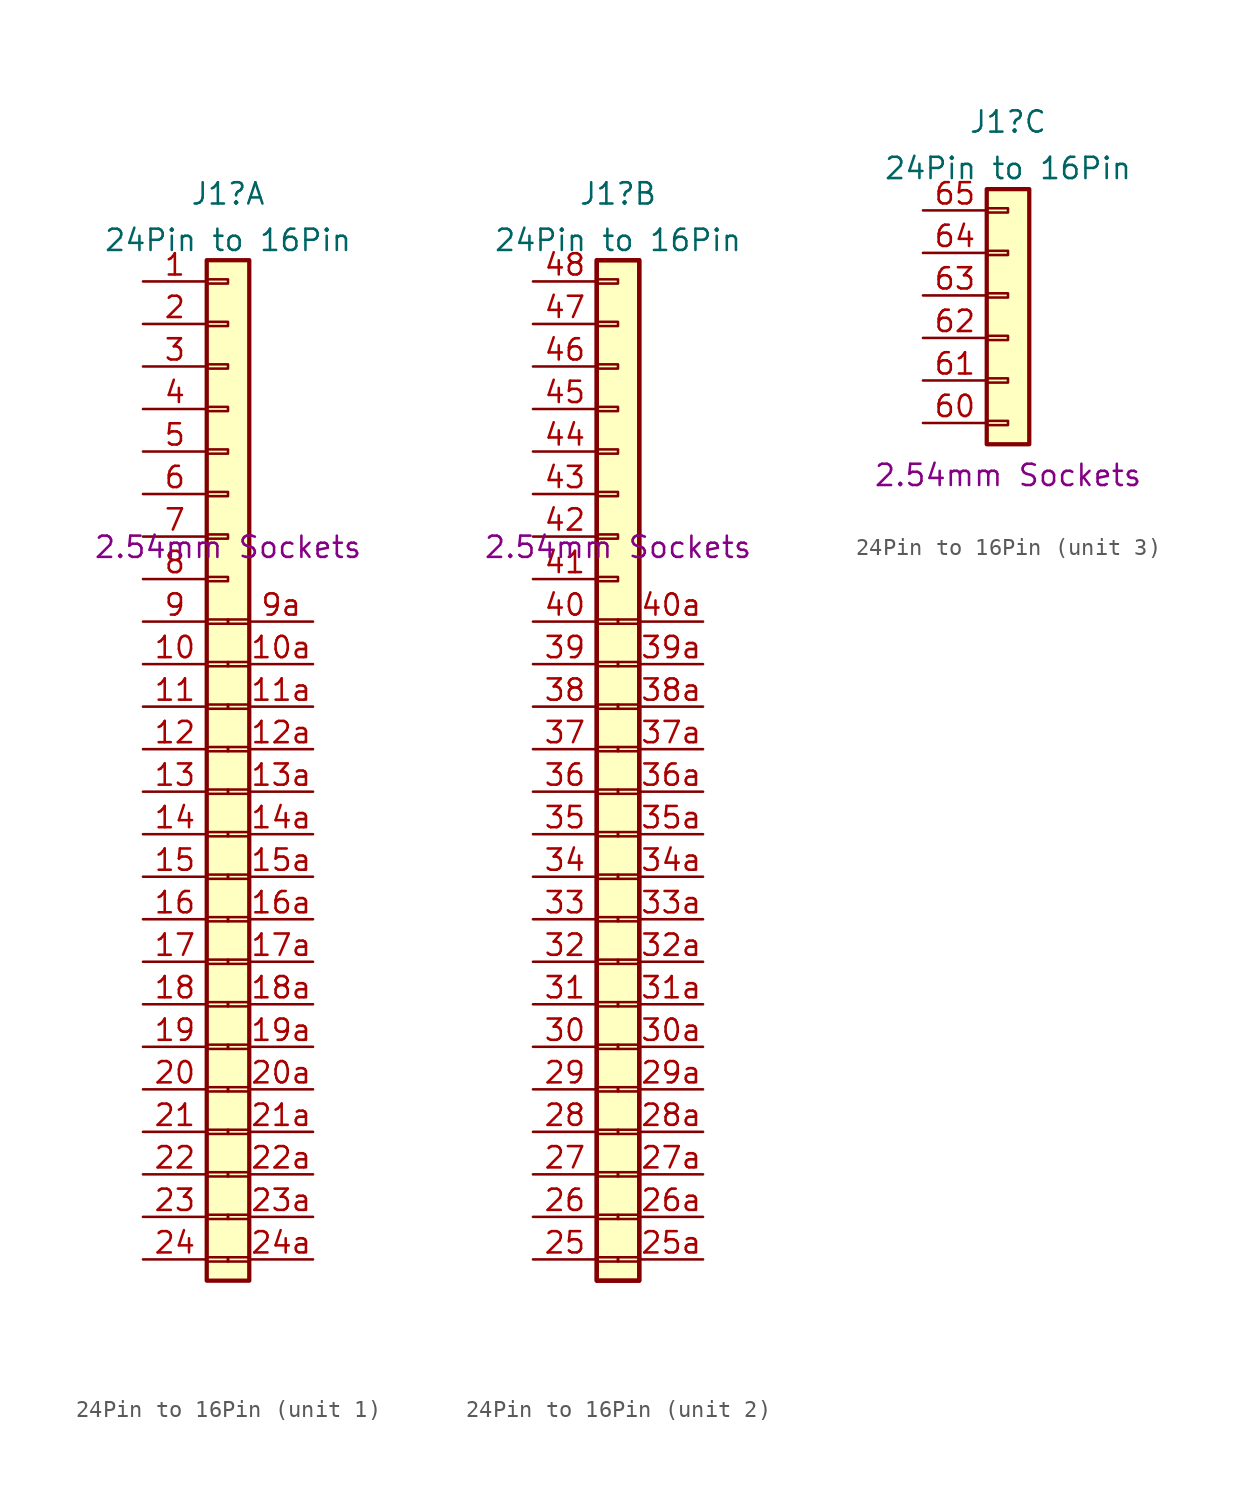
<source format=kicad_sym>
(kicad_symbol_lib
  (version 20211014)
  (generator kicad_symbol_editor)
  (symbol "24Pin to 16Pin"
    (property "Reference" "J1"
      (at 0 3.966 0)
      (effects (font (size 1.27 1.27))))
    (property "Value" "24Pin to 16Pin"
      (at 0 1.191 0)
      (effects (font (size 1.27 1.27))))
    (property "Inner Header Types" "2.54mm Sockets"
      (at 0 -17.145 0)
      (effects (font (size 1.27 1.27))))
    (property "ki_locked" ""
      (at 0 0 0)
      (effects (font (size 1.27 1.27))))
    (symbol "24Pin to 16Pin_1_1"
      (rectangle (start -1.27 -59.563) (end 0 -59.817) (stroke (width 0.152) (type default) (color 0 0 0 0)) (fill (type none)))
      (rectangle (start -1.27 -57.023) (end 0 -57.277) (stroke (width 0.152) (type default) (color 0 0 0 0)) (fill (type none)))
      (rectangle (start -1.27 -54.483) (end 0 -54.737) (stroke (width 0.152) (type default) (color 0 0 0 0)) (fill (type none)))
      (rectangle (start -1.27 -51.943) (end 0 -52.197) (stroke (width 0.152) (type default) (color 0 0 0 0)) (fill (type none)))
      (rectangle (start -1.27 -49.403) (end 0 -49.657) (stroke (width 0.152) (type default) (color 0 0 0 0)) (fill (type none)))
      (rectangle (start -1.27 -46.863) (end 0 -47.117) (stroke (width 0.152) (type default) (color 0 0 0 0)) (fill (type none)))
      (rectangle (start -1.27 -44.323) (end 0 -44.577) (stroke (width 0.152) (type default) (color 0 0 0 0)) (fill (type none)))
      (rectangle (start -1.27 -41.783) (end 0 -42.037) (stroke (width 0.152) (type default) (color 0 0 0 0)) (fill (type none)))
      (rectangle (start -1.27 -39.243) (end 0 -39.497) (stroke (width 0.152) (type default) (color 0 0 0 0)) (fill (type none)))
      (rectangle (start -1.27 -36.703) (end 0 -36.957) (stroke (width 0.152) (type default) (color 0 0 0 0)) (fill (type none)))
      (rectangle (start -1.27 -34.163) (end 0 -34.417) (stroke (width 0.152) (type default) (color 0 0 0 0)) (fill (type none)))
      (rectangle (start -1.27 -31.623) (end 0 -31.877) (stroke (width 0.152) (type default) (color 0 0 0 0)) (fill (type none)))
      (rectangle (start -1.27 -29.083) (end 0 -29.337) (stroke (width 0.152) (type default) (color 0 0 0 0)) (fill (type none)))
      (rectangle (start -1.27 -26.543) (end 0 -26.797) (stroke (width 0.152) (type default) (color 0 0 0 0)) (fill (type none)))
      (rectangle (start -1.27 -24.003) (end 0 -24.257) (stroke (width 0.152) (type default) (color 0 0 0 0)) (fill (type none)))
      (rectangle (start -1.27 -21.463) (end 0 -21.717) (stroke (width 0.152) (type default) (color 0 0 0 0)) (fill (type none)))
      (rectangle (start -1.27 -18.923) (end 0 -19.177) (stroke (width 0.152) (type default) (color 0 0 0 0)) (fill (type none)))
      (rectangle (start -1.27 -16.383) (end 0 -16.637) (stroke (width 0.152) (type default) (color 0 0 0 0)) (fill (type none)))
      (rectangle (start -1.27 -13.843) (end 0 -14.097) (stroke (width 0.152) (type default) (color 0 0 0 0)) (fill (type none)))
      (rectangle (start -1.27 -11.303) (end 0 -11.557) (stroke (width 0.152) (type default) (color 0 0 0 0)) (fill (type none)))
      (rectangle (start -1.27 -8.763) (end 0 -9.017) (stroke (width 0.152) (type default) (color 0 0 0 0)) (fill (type none)))
      (rectangle (start -1.27 -6.223) (end 0 -6.477) (stroke (width 0.152) (type default) (color 0 0 0 0)) (fill (type none)))
      (rectangle (start -1.27 -3.683) (end 0 -3.937) (stroke (width 0.152) (type default) (color 0 0 0 0)) (fill (type none)))
      (rectangle (start -1.27 -1.143) (end 0 -1.397) (stroke (width 0.152) (type default) (color 0 0 0 0)) (fill (type none)))
      (rectangle (start -1.27 0) (end 1.27 -60.96) (stroke (width 0.254) (type default) (color 0 0 0 0)) (fill (type background)))
      (rectangle (start 0 -59.817) (end 1.27 -59.563) (stroke (width 0.152) (type default) (color 0 0 0 0)) (fill (type none)))
      (rectangle (start 0 -57.277) (end 1.27 -57.023) (stroke (width 0.152) (type default) (color 0 0 0 0)) (fill (type none)))
      (rectangle (start 0 -54.737) (end 1.27 -54.483) (stroke (width 0.152) (type default) (color 0 0 0 0)) (fill (type none)))
      (rectangle (start 0 -52.197) (end 1.27 -51.943) (stroke (width 0.152) (type default) (color 0 0 0 0)) (fill (type none)))
      (rectangle (start 0 -49.657) (end 1.27 -49.403) (stroke (width 0.152) (type default) (color 0 0 0 0)) (fill (type none)))
      (rectangle (start 0 -47.117) (end 1.27 -46.863) (stroke (width 0.152) (type default) (color 0 0 0 0)) (fill (type none)))
      (rectangle (start 0 -44.577) (end 1.27 -44.323) (stroke (width 0.152) (type default) (color 0 0 0 0)) (fill (type none)))
      (rectangle (start 0 -42.037) (end 1.27 -41.783) (stroke (width 0.152) (type default) (color 0 0 0 0)) (fill (type none)))
      (rectangle (start 0 -39.497) (end 1.27 -39.243) (stroke (width 0.152) (type default) (color 0 0 0 0)) (fill (type none)))
      (rectangle (start 0 -36.957) (end 1.27 -36.703) (stroke (width 0.152) (type default) (color 0 0 0 0)) (fill (type none)))
      (rectangle (start 0 -34.417) (end 1.27 -34.163) (stroke (width 0.152) (type default) (color 0 0 0 0)) (fill (type none)))
      (rectangle (start 0 -31.877) (end 1.27 -31.623) (stroke (width 0.152) (type default) (color 0 0 0 0)) (fill (type none)))
      (rectangle (start 0 -29.337) (end 1.27 -29.083) (stroke (width 0.152) (type default) (color 0 0 0 0)) (fill (type none)))
      (rectangle (start 0 -26.797) (end 1.27 -26.543) (stroke (width 0.152) (type default) (color 0 0 0 0)) (fill (type none)))
      (rectangle (start 0 -24.257) (end 1.27 -24.003) (stroke (width 0.152) (type default) (color 0 0 0 0)) (fill (type none)))
      (rectangle (start 0 -21.717) (end 1.27 -21.463) (stroke (width 0.152) (type default) (color 0 0 0 0)) (fill (type none)))
      (pin passive line (at -5.08 -1.27 0) (length 3.81) (name "" (effects (font (size 1.27 1.27)))) (number "1" (effects (font (size 1.27 1.27)))))
      (pin passive line (at -5.08 -24.13 0) (length 3.81) (name "" (effects (font (size 1.27 1.27)))) (number "10" (effects (font (size 1.27 1.27)))))
      (pin passive line (at 5.08 -24.13 180) (length 3.81) (name "" (effects (font (size 1.27 1.27)))) (number "10a" (effects (font (size 1.27 1.27)))))
      (pin passive line (at -5.08 -26.67 0) (length 3.81) (name "" (effects (font (size 1.27 1.27)))) (number "11" (effects (font (size 1.27 1.27)))))
      (pin passive line (at 5.08 -26.67 180) (length 3.81) (name "" (effects (font (size 1.27 1.27)))) (number "11a" (effects (font (size 1.27 1.27)))))
      (pin passive line (at -5.08 -29.21 0) (length 3.81) (name "" (effects (font (size 1.27 1.27)))) (number "12" (effects (font (size 1.27 1.27)))))
      (pin passive line (at 5.08 -29.21 180) (length 3.81) (name "" (effects (font (size 1.27 1.27)))) (number "12a" (effects (font (size 1.27 1.27)))))
      (pin passive line (at -5.08 -31.75 0) (length 3.81) (name "" (effects (font (size 1.27 1.27)))) (number "13" (effects (font (size 1.27 1.27)))))
      (pin passive line (at 5.08 -31.75 180) (length 3.81) (name "" (effects (font (size 1.27 1.27)))) (number "13a" (effects (font (size 1.27 1.27)))))
      (pin passive line (at -5.08 -34.29 0) (length 3.81) (name "" (effects (font (size 1.27 1.27)))) (number "14" (effects (font (size 1.27 1.27)))))
      (pin passive line (at 5.08 -34.29 180) (length 3.81) (name "" (effects (font (size 1.27 1.27)))) (number "14a" (effects (font (size 1.27 1.27)))))
      (pin passive line (at -5.08 -36.83 0) (length 3.81) (name "" (effects (font (size 1.27 1.27)))) (number "15" (effects (font (size 1.27 1.27)))))
      (pin passive line (at 5.08 -36.83 180) (length 3.81) (name "" (effects (font (size 1.27 1.27)))) (number "15a" (effects (font (size 1.27 1.27)))))
      (pin passive line (at -5.08 -39.37 0) (length 3.81) (name "" (effects (font (size 1.27 1.27)))) (number "16" (effects (font (size 1.27 1.27)))))
      (pin passive line (at 5.08 -39.37 180) (length 3.81) (name "" (effects (font (size 1.27 1.27)))) (number "16a" (effects (font (size 1.27 1.27)))))
      (pin passive line (at -5.08 -41.91 0) (length 3.81) (name "" (effects (font (size 1.27 1.27)))) (number "17" (effects (font (size 1.27 1.27)))))
      (pin passive line (at 5.08 -41.91 180) (length 3.81) (name "" (effects (font (size 1.27 1.27)))) (number "17a" (effects (font (size 1.27 1.27)))))
      (pin passive line (at -5.08 -44.45 0) (length 3.81) (name "" (effects (font (size 1.27 1.27)))) (number "18" (effects (font (size 1.27 1.27)))))
      (pin passive line (at 5.08 -44.45 180) (length 3.81) (name "" (effects (font (size 1.27 1.27)))) (number "18a" (effects (font (size 1.27 1.27)))))
      (pin passive line (at -5.08 -46.99 0) (length 3.81) (name "" (effects (font (size 1.27 1.27)))) (number "19" (effects (font (size 1.27 1.27)))))
      (pin passive line (at 5.08 -46.99 180) (length 3.81) (name "" (effects (font (size 1.27 1.27)))) (number "19a" (effects (font (size 1.27 1.27)))))
      (pin passive line (at -5.08 -3.81 0) (length 3.81) (name "" (effects (font (size 1.27 1.27)))) (number "2" (effects (font (size 1.27 1.27)))))
      (pin passive line (at -5.08 -49.53 0) (length 3.81) (name "" (effects (font (size 1.27 1.27)))) (number "20" (effects (font (size 1.27 1.27)))))
      (pin passive line (at 5.08 -49.53 180) (length 3.81) (name "" (effects (font (size 1.27 1.27)))) (number "20a" (effects (font (size 1.27 1.27)))))
      (pin passive line (at -5.08 -52.07 0) (length 3.81) (name "" (effects (font (size 1.27 1.27)))) (number "21" (effects (font (size 1.27 1.27)))))
      (pin passive line (at 5.08 -52.07 180) (length 3.81) (name "" (effects (font (size 1.27 1.27)))) (number "21a" (effects (font (size 1.27 1.27)))))
      (pin passive line (at -5.08 -54.61 0) (length 3.81) (name "" (effects (font (size 1.27 1.27)))) (number "22" (effects (font (size 1.27 1.27)))))
      (pin passive line (at 5.08 -54.61 180) (length 3.81) (name "" (effects (font (size 1.27 1.27)))) (number "22a" (effects (font (size 1.27 1.27)))))
      (pin passive line (at -5.08 -57.15 0) (length 3.81) (name "" (effects (font (size 1.27 1.27)))) (number "23" (effects (font (size 1.27 1.27)))))
      (pin passive line (at 5.08 -57.15 180) (length 3.81) (name "" (effects (font (size 1.27 1.27)))) (number "23a" (effects (font (size 1.27 1.27)))))
      (pin passive line (at -5.08 -59.69 0) (length 3.81) (name "" (effects (font (size 1.27 1.27)))) (number "24" (effects (font (size 1.27 1.27)))))
      (pin passive line (at 5.08 -59.69 180) (length 3.81) (name "" (effects (font (size 1.27 1.27)))) (number "24a" (effects (font (size 1.27 1.27)))))
      (pin passive line (at -5.08 -6.35 0) (length 3.81) (name "" (effects (font (size 1.27 1.27)))) (number "3" (effects (font (size 1.27 1.27)))))
      (pin passive line (at -5.08 -8.89 0) (length 3.81) (name "" (effects (font (size 1.27 1.27)))) (number "4" (effects (font (size 1.27 1.27)))))
      (pin passive line (at -5.08 -11.43 0) (length 3.81) (name "" (effects (font (size 1.27 1.27)))) (number "5" (effects (font (size 1.27 1.27)))))
      (pin passive line (at -5.08 -13.97 0) (length 3.81) (name "" (effects (font (size 1.27 1.27)))) (number "6" (effects (font (size 1.27 1.27)))))
      (pin passive line (at -5.08 -16.51 0) (length 3.81) (name "" (effects (font (size 1.27 1.27)))) (number "7" (effects (font (size 1.27 1.27)))))
      (pin passive line (at -5.08 -19.05 0) (length 3.81) (name "" (effects (font (size 1.27 1.27)))) (number "8" (effects (font (size 1.27 1.27)))))
      (pin passive line (at -5.08 -21.59 0) (length 3.81) (name "" (effects (font (size 1.27 1.27)))) (number "9" (effects (font (size 1.27 1.27)))))
      (pin passive line (at 5.08 -21.59 180) (length 3.81) (name "" (effects (font (size 1.27 1.27)))) (number "9a" (effects (font (size 1.27 1.27))))))
    (symbol "24Pin to 16Pin_2_1"
      (rectangle (start -1.27 -60.96) (end 1.27 0) (stroke (width 0.254) (type default) (color 0 0 0 0)) (fill (type background)))
      (rectangle (start -1.27 -59.563) (end 0 -59.817) (stroke (width 0.152) (type default) (color 0 0 0 0)) (fill (type none)))
      (rectangle (start -1.27 -57.023) (end 0 -57.277) (stroke (width 0.152) (type default) (color 0 0 0 0)) (fill (type none)))
      (rectangle (start -1.27 -54.483) (end 0 -54.737) (stroke (width 0.152) (type default) (color 0 0 0 0)) (fill (type none)))
      (rectangle (start -1.27 -51.943) (end 0 -52.197) (stroke (width 0.152) (type default) (color 0 0 0 0)) (fill (type none)))
      (rectangle (start -1.27 -49.403) (end 0 -49.657) (stroke (width 0.152) (type default) (color 0 0 0 0)) (fill (type none)))
      (rectangle (start -1.27 -46.863) (end 0 -47.117) (stroke (width 0.152) (type default) (color 0 0 0 0)) (fill (type none)))
      (rectangle (start -1.27 -44.323) (end 0 -44.577) (stroke (width 0.152) (type default) (color 0 0 0 0)) (fill (type none)))
      (rectangle (start -1.27 -41.783) (end 0 -42.037) (stroke (width 0.152) (type default) (color 0 0 0 0)) (fill (type none)))
      (rectangle (start -1.27 -39.243) (end 0 -39.497) (stroke (width 0.152) (type default) (color 0 0 0 0)) (fill (type none)))
      (rectangle (start -1.27 -36.703) (end 0 -36.957) (stroke (width 0.152) (type default) (color 0 0 0 0)) (fill (type none)))
      (rectangle (start -1.27 -34.163) (end 0 -34.417) (stroke (width 0.152) (type default) (color 0 0 0 0)) (fill (type none)))
      (rectangle (start -1.27 -31.623) (end 0 -31.877) (stroke (width 0.152) (type default) (color 0 0 0 0)) (fill (type none)))
      (rectangle (start -1.27 -29.083) (end 0 -29.337) (stroke (width 0.152) (type default) (color 0 0 0 0)) (fill (type none)))
      (rectangle (start -1.27 -26.543) (end 0 -26.797) (stroke (width 0.152) (type default) (color 0 0 0 0)) (fill (type none)))
      (rectangle (start -1.27 -24.003) (end 0 -24.257) (stroke (width 0.152) (type default) (color 0 0 0 0)) (fill (type none)))
      (rectangle (start -1.27 -21.463) (end 0 -21.717) (stroke (width 0.152) (type default) (color 0 0 0 0)) (fill (type none)))
      (rectangle (start -1.27 -18.923) (end 0 -19.177) (stroke (width 0.152) (type default) (color 0 0 0 0)) (fill (type none)))
      (rectangle (start -1.27 -16.383) (end 0 -16.637) (stroke (width 0.152) (type default) (color 0 0 0 0)) (fill (type none)))
      (rectangle (start -1.27 -13.843) (end 0 -14.097) (stroke (width 0.152) (type default) (color 0 0 0 0)) (fill (type none)))
      (rectangle (start -1.27 -11.303) (end 0 -11.557) (stroke (width 0.152) (type default) (color 0 0 0 0)) (fill (type none)))
      (rectangle (start -1.27 -8.763) (end 0 -9.017) (stroke (width 0.152) (type default) (color 0 0 0 0)) (fill (type none)))
      (rectangle (start -1.27 -6.223) (end 0 -6.477) (stroke (width 0.152) (type default) (color 0 0 0 0)) (fill (type none)))
      (rectangle (start -1.27 -3.683) (end 0 -3.937) (stroke (width 0.152) (type default) (color 0 0 0 0)) (fill (type none)))
      (rectangle (start -1.27 -1.143) (end 0 -1.397) (stroke (width 0.152) (type default) (color 0 0 0 0)) (fill (type none)))
      (rectangle (start -1.27 0) (end 1.27 -60.96) (stroke (width 0.254) (type default) (color 0 0 0 0)) (fill (type background)))
      (rectangle (start 0 -59.817) (end 1.27 -59.563) (stroke (width 0.152) (type default) (color 0 0 0 0)) (fill (type none)))
      (rectangle (start 0 -57.277) (end 1.27 -57.023) (stroke (width 0.152) (type default) (color 0 0 0 0)) (fill (type none)))
      (rectangle (start 0 -54.737) (end 1.27 -54.483) (stroke (width 0.152) (type default) (color 0 0 0 0)) (fill (type none)))
      (rectangle (start 0 -52.197) (end 1.27 -51.943) (stroke (width 0.152) (type default) (color 0 0 0 0)) (fill (type none)))
      (rectangle (start 0 -49.657) (end 1.27 -49.403) (stroke (width 0.152) (type default) (color 0 0 0 0)) (fill (type none)))
      (rectangle (start 0 -47.117) (end 1.27 -46.863) (stroke (width 0.152) (type default) (color 0 0 0 0)) (fill (type none)))
      (rectangle (start 0 -44.577) (end 1.27 -44.323) (stroke (width 0.152) (type default) (color 0 0 0 0)) (fill (type none)))
      (rectangle (start 0 -42.037) (end 1.27 -41.783) (stroke (width 0.152) (type default) (color 0 0 0 0)) (fill (type none)))
      (rectangle (start 0 -39.497) (end 1.27 -39.243) (stroke (width 0.152) (type default) (color 0 0 0 0)) (fill (type none)))
      (rectangle (start 0 -36.957) (end 1.27 -36.703) (stroke (width 0.152) (type default) (color 0 0 0 0)) (fill (type none)))
      (rectangle (start 0 -34.417) (end 1.27 -34.163) (stroke (width 0.152) (type default) (color 0 0 0 0)) (fill (type none)))
      (rectangle (start 0 -31.877) (end 1.27 -31.623) (stroke (width 0.152) (type default) (color 0 0 0 0)) (fill (type none)))
      (rectangle (start 0 -29.337) (end 1.27 -29.083) (stroke (width 0.152) (type default) (color 0 0 0 0)) (fill (type none)))
      (rectangle (start 0 -26.797) (end 1.27 -26.543) (stroke (width 0.152) (type default) (color 0 0 0 0)) (fill (type none)))
      (rectangle (start 0 -24.257) (end 1.27 -24.003) (stroke (width 0.152) (type default) (color 0 0 0 0)) (fill (type none)))
      (rectangle (start 0 -21.717) (end 1.27 -21.463) (stroke (width 0.152) (type default) (color 0 0 0 0)) (fill (type none)))
      (pin passive line (at -5.08 -59.69 0) (length 3.81) (name "" (effects (font (size 1.27 1.27)))) (number "25" (effects (font (size 1.27 1.27)))))
      (pin passive line (at 5.08 -59.69 180) (length 3.81) (name "" (effects (font (size 1.27 1.27)))) (number "25a" (effects (font (size 1.27 1.27)))))
      (pin passive line (at -5.08 -57.15 0) (length 3.81) (name "" (effects (font (size 1.27 1.27)))) (number "26" (effects (font (size 1.27 1.27)))))
      (pin passive line (at 5.08 -57.15 180) (length 3.81) (name "" (effects (font (size 1.27 1.27)))) (number "26a" (effects (font (size 1.27 1.27)))))
      (pin passive line (at -5.08 -54.61 0) (length 3.81) (name "" (effects (font (size 1.27 1.27)))) (number "27" (effects (font (size 1.27 1.27)))))
      (pin passive line (at 5.08 -54.61 180) (length 3.81) (name "" (effects (font (size 1.27 1.27)))) (number "27a" (effects (font (size 1.27 1.27)))))
      (pin passive line (at -5.08 -52.07 0) (length 3.81) (name "" (effects (font (size 1.27 1.27)))) (number "28" (effects (font (size 1.27 1.27)))))
      (pin passive line (at 5.08 -52.07 180) (length 3.81) (name "" (effects (font (size 1.27 1.27)))) (number "28a" (effects (font (size 1.27 1.27)))))
      (pin passive line (at -5.08 -49.53 0) (length 3.81) (name "" (effects (font (size 1.27 1.27)))) (number "29" (effects (font (size 1.27 1.27)))))
      (pin passive line (at 5.08 -49.53 180) (length 3.81) (name "" (effects (font (size 1.27 1.27)))) (number "29a" (effects (font (size 1.27 1.27)))))
      (pin passive line (at -5.08 -46.99 0) (length 3.81) (name "" (effects (font (size 1.27 1.27)))) (number "30" (effects (font (size 1.27 1.27)))))
      (pin passive line (at 5.08 -46.99 180) (length 3.81) (name "" (effects (font (size 1.27 1.27)))) (number "30a" (effects (font (size 1.27 1.27)))))
      (pin passive line (at -5.08 -44.45 0) (length 3.81) (name "" (effects (font (size 1.27 1.27)))) (number "31" (effects (font (size 1.27 1.27)))))
      (pin passive line (at 5.08 -44.45 180) (length 3.81) (name "" (effects (font (size 1.27 1.27)))) (number "31a" (effects (font (size 1.27 1.27)))))
      (pin passive line (at -5.08 -41.91 0) (length 3.81) (name "" (effects (font (size 1.27 1.27)))) (number "32" (effects (font (size 1.27 1.27)))))
      (pin passive line (at 5.08 -41.91 180) (length 3.81) (name "" (effects (font (size 1.27 1.27)))) (number "32a" (effects (font (size 1.27 1.27)))))
      (pin passive line (at -5.08 -39.37 0) (length 3.81) (name "" (effects (font (size 1.27 1.27)))) (number "33" (effects (font (size 1.27 1.27)))))
      (pin passive line (at 5.08 -39.37 180) (length 3.81) (name "" (effects (font (size 1.27 1.27)))) (number "33a" (effects (font (size 1.27 1.27)))))
      (pin passive line (at -5.08 -36.83 0) (length 3.81) (name "" (effects (font (size 1.27 1.27)))) (number "34" (effects (font (size 1.27 1.27)))))
      (pin passive line (at 5.08 -36.83 180) (length 3.81) (name "" (effects (font (size 1.27 1.27)))) (number "34a" (effects (font (size 1.27 1.27)))))
      (pin passive line (at -5.08 -34.29 0) (length 3.81) (name "" (effects (font (size 1.27 1.27)))) (number "35" (effects (font (size 1.27 1.27)))))
      (pin passive line (at 5.08 -34.29 180) (length 3.81) (name "" (effects (font (size 1.27 1.27)))) (number "35a" (effects (font (size 1.27 1.27)))))
      (pin passive line (at -5.08 -31.75 0) (length 3.81) (name "" (effects (font (size 1.27 1.27)))) (number "36" (effects (font (size 1.27 1.27)))))
      (pin passive line (at 5.08 -31.75 180) (length 3.81) (name "" (effects (font (size 1.27 1.27)))) (number "36a" (effects (font (size 1.27 1.27)))))
      (pin passive line (at -5.08 -29.21 0) (length 3.81) (name "" (effects (font (size 1.27 1.27)))) (number "37" (effects (font (size 1.27 1.27)))))
      (pin passive line (at 5.08 -29.21 180) (length 3.81) (name "" (effects (font (size 1.27 1.27)))) (number "37a" (effects (font (size 1.27 1.27)))))
      (pin passive line (at -5.08 -26.67 0) (length 3.81) (name "" (effects (font (size 1.27 1.27)))) (number "38" (effects (font (size 1.27 1.27)))))
      (pin passive line (at 5.08 -26.67 180) (length 3.81) (name "" (effects (font (size 1.27 1.27)))) (number "38a" (effects (font (size 1.27 1.27)))))
      (pin passive line (at -5.08 -24.13 0) (length 3.81) (name "" (effects (font (size 1.27 1.27)))) (number "39" (effects (font (size 1.27 1.27)))))
      (pin passive line (at 5.08 -24.13 180) (length 3.81) (name "" (effects (font (size 1.27 1.27)))) (number "39a" (effects (font (size 1.27 1.27)))))
      (pin passive line (at -5.08 -21.59 0) (length 3.81) (name "" (effects (font (size 1.27 1.27)))) (number "40" (effects (font (size 1.27 1.27)))))
      (pin passive line (at 5.08 -21.59 180) (length 3.81) (name "" (effects (font (size 1.27 1.27)))) (number "40a" (effects (font (size 1.27 1.27)))))
      (pin passive line (at -5.08 -19.05 0) (length 3.81) (name "" (effects (font (size 1.27 1.27)))) (number "41" (effects (font (size 1.27 1.27)))))
      (pin passive line (at -5.08 -16.51 0) (length 3.81) (name "" (effects (font (size 1.27 1.27)))) (number "42" (effects (font (size 1.27 1.27)))))
      (pin passive line (at -5.08 -13.97 0) (length 3.81) (name "" (effects (font (size 1.27 1.27)))) (number "43" (effects (font (size 1.27 1.27)))))
      (pin passive line (at -5.08 -11.43 0) (length 3.81) (name "" (effects (font (size 1.27 1.27)))) (number "44" (effects (font (size 1.27 1.27)))))
      (pin passive line (at -5.08 -8.89 0) (length 3.81) (name "" (effects (font (size 1.27 1.27)))) (number "45" (effects (font (size 1.27 1.27)))))
      (pin passive line (at -5.08 -6.35 0) (length 3.81) (name "" (effects (font (size 1.27 1.27)))) (number "46" (effects (font (size 1.27 1.27)))))
      (pin passive line (at -5.08 -3.81 0) (length 3.81) (name "" (effects (font (size 1.27 1.27)))) (number "47" (effects (font (size 1.27 1.27)))))
      (pin passive line (at -5.08 -1.27 0) (length 3.81) (name "" (effects (font (size 1.27 1.27)))) (number "48" (effects (font (size 1.27 1.27))))))
    (symbol "24Pin to 16Pin_3_1"
      (rectangle (start -1.27 -13.894) (end 0 -14.148) (stroke (width 0.152) (type default) (color 0 0 0 0)) (fill (type none)))
      (rectangle (start -1.27 -11.354) (end 0 -11.608) (stroke (width 0.152) (type default) (color 0 0 0 0)) (fill (type none)))
      (rectangle (start -1.27 -8.814) (end 0 -9.068) (stroke (width 0.152) (type default) (color 0 0 0 0)) (fill (type none)))
      (rectangle (start -1.27 -6.274) (end 0 -6.528) (stroke (width 0.152) (type default) (color 0 0 0 0)) (fill (type none)))
      (rectangle (start -1.27 -3.734) (end 0 -3.988) (stroke (width 0.152) (type default) (color 0 0 0 0)) (fill (type none)))
      (rectangle (start -1.27 -1.194) (end 0 -1.448) (stroke (width 0.152) (type default) (color 0 0 0 0)) (fill (type none)))
      (rectangle (start -1.27 -0.051) (end 1.27 -15.291) (stroke (width 0.254) (type default) (color 0 0 0 0)) (fill (type background)))
      (pin passive line (at -5.08 -14.021 0) (length 3.81) (name "" (effects (font (size 1.27 1.27)))) (number "60" (effects (font (size 1.27 1.27)))))
      (pin passive line (at -5.08 -11.481 0) (length 3.81) (name "" (effects (font (size 1.27 1.27)))) (number "61" (effects (font (size 1.27 1.27)))))
      (pin passive line (at -5.08 -8.941 0) (length 3.81) (name "" (effects (font (size 1.27 1.27)))) (number "62" (effects (font (size 1.27 1.27)))))
      (pin passive line (at -5.08 -6.401 0) (length 3.81) (name "" (effects (font (size 1.27 1.27)))) (number "63" (effects (font (size 1.27 1.27)))))
      (pin passive line (at -5.08 -3.861 0) (length 3.81) (name "" (effects (font (size 1.27 1.27)))) (number "64" (effects (font (size 1.27 1.27)))))
      (pin passive line (at -5.08 -1.321 0) (length 3.81) (name "" (effects (font (size 1.27 1.27)))) (number "65" (effects (font (size 1.27 1.27))))))))
</source>
